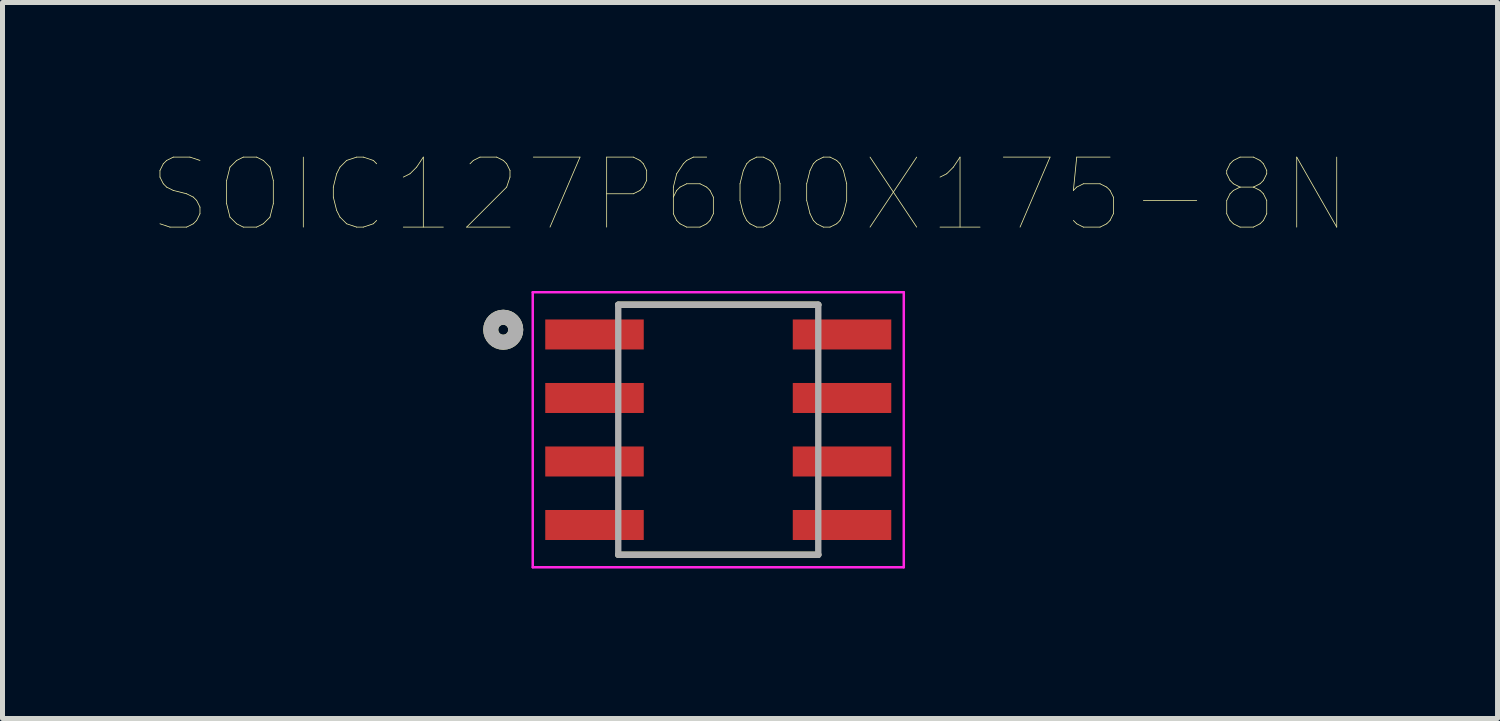
<source format=kicad_pcb>
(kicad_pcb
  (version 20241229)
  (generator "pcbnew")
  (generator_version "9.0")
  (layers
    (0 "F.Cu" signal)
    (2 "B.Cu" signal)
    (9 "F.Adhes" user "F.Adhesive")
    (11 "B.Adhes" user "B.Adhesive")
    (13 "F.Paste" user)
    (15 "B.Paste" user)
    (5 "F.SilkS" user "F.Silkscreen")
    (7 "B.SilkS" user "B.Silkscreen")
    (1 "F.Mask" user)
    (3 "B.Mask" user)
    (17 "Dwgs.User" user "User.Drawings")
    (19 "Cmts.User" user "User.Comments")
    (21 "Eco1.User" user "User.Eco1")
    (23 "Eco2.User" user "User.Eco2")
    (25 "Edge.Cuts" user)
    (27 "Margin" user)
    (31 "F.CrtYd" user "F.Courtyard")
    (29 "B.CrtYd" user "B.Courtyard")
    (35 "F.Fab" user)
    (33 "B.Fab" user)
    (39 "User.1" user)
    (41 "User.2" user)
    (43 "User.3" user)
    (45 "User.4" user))
  (footprint "SOIC127P600X175-8N"
    (layer "F.Cu")
    (at 11.314 5.544)
    (property "Reference" "SOIC127P600X175-8N" (at 0.635 -4.699 0) (layer "F.SilkS") (effects (font (size 1.4 1.4) (thickness 0.015))))
    (attr through_hole)
    (fp_line (start -2 -2.5) (end 2 -2.5) (stroke (width 0.127) (type solid)) (layer "F.SilkS"))
    (fp_line (start 2 2.5) (end -2 2.5) (stroke (width 0.127) (type solid)) (layer "F.SilkS"))
    (fp_circle (center -4.3 -2) (end -4.2 -2) (stroke (width 0.3) (type solid)) (fill no) (layer "F.SilkS"))
    (fp_line (start -3.71 -2.75) (end 3.71 -2.75) (stroke (width 0.05) (type solid)) (layer "F.CrtYd"))
    (fp_line (start -3.71 2.75) (end -3.71 -2.75) (stroke (width 0.05) (type solid)) (layer "F.CrtYd"))
    (fp_line (start 3.71 -2.75) (end 3.71 2.75) (stroke (width 0.05) (type solid)) (layer "F.CrtYd"))
    (fp_line (start 3.71 2.75) (end -3.71 2.75) (stroke (width 0.05) (type solid)) (layer "F.CrtYd"))
    (fp_line (start -2 -2.5) (end 2 -2.5) (stroke (width 0.127) (type solid)) (layer "F.Fab"))
    (fp_line (start -2 2.5) (end -2 -2.5) (stroke (width 0.127) (type solid)) (layer "F.Fab"))
    (fp_line (start 2 -2.5) (end 2 2.5) (stroke (width 0.127) (type solid)) (layer "F.Fab"))
    (fp_line (start 2 2.5) (end -2 2.5) (stroke (width 0.127) (type solid)) (layer "F.Fab"))
    (fp_circle (center -4.3 -2) (end -4.2 -2) (stroke (width 0.3) (type solid)) (fill no) (layer "F.Fab"))
    (pad "1" smd rect (at -2.475 -1.905) (size 1.97 0.6) (layers "F.Cu" "F.Mask" "F.Paste"))
    (pad "2" smd rect (at -2.475 -0.635) (size 1.97 0.6) (layers "F.Cu" "F.Mask" "F.Paste"))
    (pad "3" smd rect (at -2.475 0.635) (size 1.97 0.6) (layers "F.Cu" "F.Mask" "F.Paste"))
    (pad "4" smd rect (at -2.475 1.905) (size 1.97 0.6) (layers "F.Cu" "F.Mask" "F.Paste"))
    (pad "5" smd rect (at 2.475 1.905) (size 1.97 0.6) (layers "F.Cu" "F.Mask" "F.Paste"))
    (pad "6" smd rect (at 2.475 0.635) (size 1.97 0.6) (layers "F.Cu" "F.Mask" "F.Paste"))
    (pad "7" smd rect (at 2.475 -0.635) (size 1.97 0.6) (layers "F.Cu" "F.Mask" "F.Paste"))
    (pad "8" smd rect (at 2.475 -1.905) (size 1.97 0.6) (layers "F.Cu" "F.Mask" "F.Paste")))
  (gr_rect
    (start -3 -3)
    (end 26.898 11.319)
    (stroke (width 0.1) (type default))
    (fill no)
    (layer "Edge.Cuts")))
</source>
